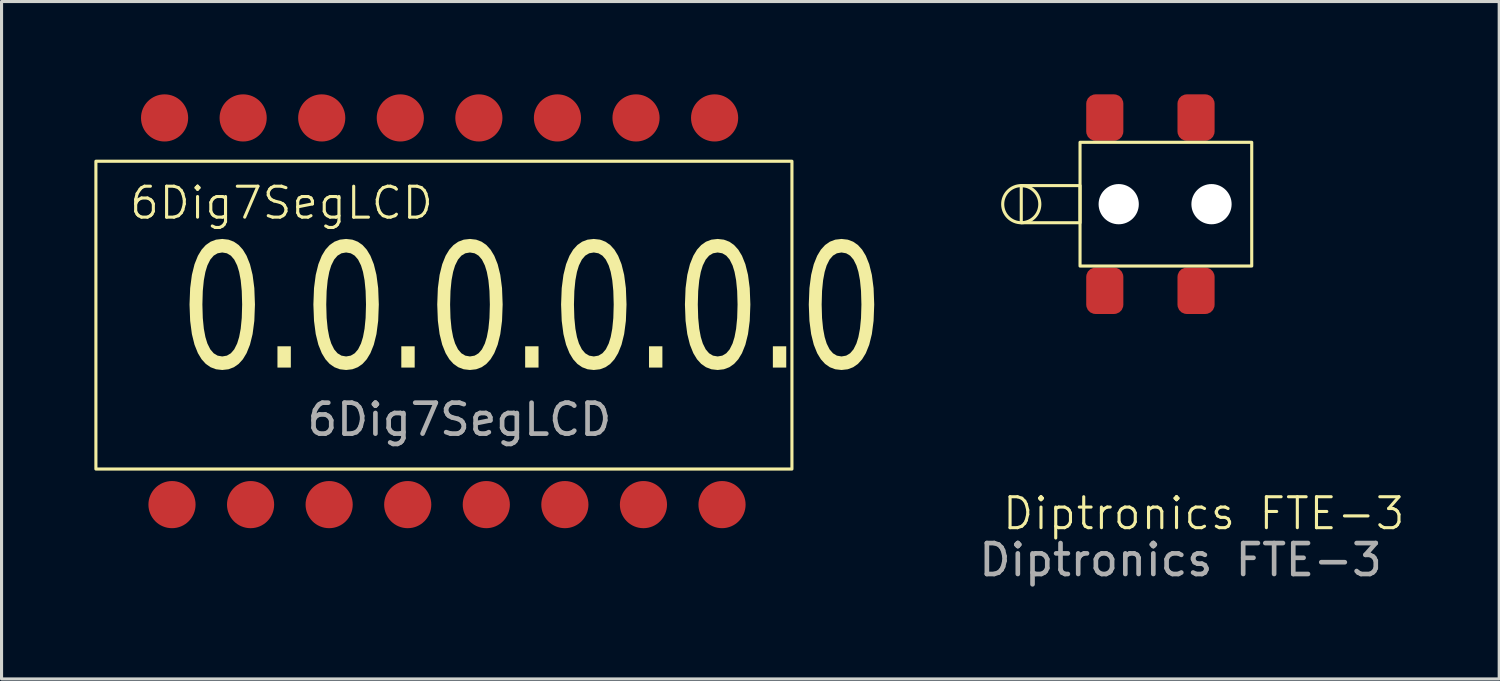
<source format=kicad_pcb>
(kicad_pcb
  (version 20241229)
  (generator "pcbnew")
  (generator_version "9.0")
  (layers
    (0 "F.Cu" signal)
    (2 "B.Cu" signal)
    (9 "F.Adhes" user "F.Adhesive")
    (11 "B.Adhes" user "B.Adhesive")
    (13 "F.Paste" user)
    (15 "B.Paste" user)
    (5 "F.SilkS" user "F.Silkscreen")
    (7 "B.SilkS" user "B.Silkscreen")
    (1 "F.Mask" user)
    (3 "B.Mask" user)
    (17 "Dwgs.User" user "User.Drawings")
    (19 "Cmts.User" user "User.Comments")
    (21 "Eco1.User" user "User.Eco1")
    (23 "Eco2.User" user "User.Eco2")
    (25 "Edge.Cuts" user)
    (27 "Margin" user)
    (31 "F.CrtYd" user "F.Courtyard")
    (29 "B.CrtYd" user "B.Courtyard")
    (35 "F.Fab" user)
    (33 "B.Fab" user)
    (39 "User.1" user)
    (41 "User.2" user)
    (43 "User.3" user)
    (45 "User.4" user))
  (footprint "Diptronics FTE-3"
    (layer "F.Cu")
    (at 35.613 3.55)
    (property "Reference" "Diptronics FTE-3" (at 0.25 10 0) (unlocked yes) (layer "F.SilkS") (effects (font (size 1 1) (thickness 0.1))))
    (attr smd)
    (fp_rect (start -5.65 -0.6) (end -3.75 0.6) (stroke (width 0.1) (type default)) (fill no) (layer "F.SilkS"))
    (fp_rect (start 1.8 -2) (end -3.75 2) (stroke (width 0.1) (type default)) (fill no) (layer "F.SilkS"))
    (fp_circle (center -5.65 0) (end -5.65 -0.6) (stroke (width 0.1) (type default)) (fill no) (layer "F.SilkS"))
    (fp_text user "${REFERENCE}" (at -0.5 11.5 0) (unlocked yes) (layer "F.Fab") (effects (font (size 1 1) (thickness 0.15))))
    (pad "" np_thru_hole circle (at -2.5 0 90) (size 1.3 1.3) (drill 1.3) (layers "*.Cu" "*.Mask"))
    (pad "" np_thru_hole circle (at 0.5 0 90) (size 1.3 1.3) (drill 1.3) (layers "*.Cu" "*.Mask"))
    (pad "1" smd roundrect (at -2.95 -2.8 90) (size 1.5 1.2) (layers "F.Cu" "F.Mask" "F.Paste") (roundrect_rratio 0.25))
    (pad "2" smd roundrect (at 0 -2.8 90) (size 1.5 1.2) (layers "F.Cu" "F.Mask" "F.Paste") (roundrect_rratio 0.25))
    (pad "3" smd roundrect (at -2.95 2.8 90) (size 1.5 1.2) (layers "F.Cu" "F.Mask" "F.Paste") (roundrect_rratio 0.25))
    (pad "4" smd roundrect (at 0 2.8 90) (size 1.5 1.2) (layers "F.Cu" "F.Mask" "F.Paste") (roundrect_rratio 0.25)))
  (footprint "6Dig7SegLCD"
    (layer "F.Cu")
    (at 11.3 7.012)
    (property "Reference" "6Dig7SegLCD" (at -5.25 -3.5 0) (unlocked yes) (layer "F.SilkS") (effects (font (size 1 1) (thickness 0.1))))
    (attr through_hole)
    (fp_rect (start -11.25 -4.85) (end 11.25 5.1) (stroke (width 0.1) (type default)) (fill no) (layer "F.SilkS"))
    (fp_text user "0.0.0.0.0.0" (at -8.5 2.5 0) (unlocked yes) (layer "F.SilkS") (effects (font (face "Symbol") (size 4 3) (thickness 0.1)) (justify left bottom)))
    (fp_text user "${REFERENCE}" (at 0.5 3.5 0) (unlocked yes) (layer "F.Fab") (effects (font (size 1 1) (thickness 0.15))))
    (pad "1" smd circle (at -8.79 6.25) (size 1.524 1.524) (layers "F.Cu" "F.Mask" "F.Paste"))
    (pad "2" smd circle (at -6.25 6.25) (size 1.524 1.524) (layers "F.Cu" "F.Mask" "F.Paste"))
    (pad "3" smd circle (at -3.71 6.25) (size 1.524 1.524) (layers "F.Cu" "F.Mask" "F.Paste"))
    (pad "4" smd circle (at -1.17 6.25) (size 1.524 1.524) (layers "F.Cu" "F.Mask" "F.Paste"))
    (pad "5" smd circle (at 1.37 6.25) (size 1.524 1.524) (layers "F.Cu" "F.Mask" "F.Paste"))
    (pad "6" smd circle (at 3.91 6.25) (size 1.524 1.524) (layers "F.Cu" "F.Mask" "F.Paste"))
    (pad "7" smd circle (at 6.45 6.25) (size 1.524 1.524) (layers "F.Cu" "F.Mask" "F.Paste"))
    (pad "8" smd circle (at 8.99 6.25) (size 1.524 1.524) (layers "F.Cu" "F.Mask" "F.Paste"))
    (pad "9" smd circle (at 8.75 -6.25) (size 1.524 1.524) (layers "F.Cu" "F.Mask" "F.Paste"))
    (pad "10" smd circle (at 6.21 -6.25) (size 1.524 1.524) (layers "F.Cu" "F.Mask" "F.Paste"))
    (pad "11" smd circle (at 3.67 -6.25) (size 1.524 1.524) (layers "F.Cu" "F.Mask" "F.Paste"))
    (pad "12" smd circle (at 1.13 -6.25) (size 1.524 1.524) (layers "F.Cu" "F.Mask" "F.Paste"))
    (pad "13" smd circle (at -1.41 -6.25) (size 1.524 1.524) (layers "F.Cu" "F.Mask" "F.Paste"))
    (pad "14" smd circle (at -3.95 -6.25) (size 1.524 1.524) (layers "F.Cu" "F.Mask" "F.Paste"))
    (pad "15" smd circle (at -6.49 -6.25) (size 1.524 1.524) (layers "F.Cu" "F.Mask" "F.Paste"))
    (pad "16" smd circle (at -9.03 -6.25) (size 1.524 1.524) (layers "F.Cu" "F.Mask" "F.Paste")))
  (gr_rect
    (start -3 -3)
    (end 45.413 18.898)
    (stroke (width 0.1) (type default))
    (fill no)
    (layer "Edge.Cuts")))
</source>
